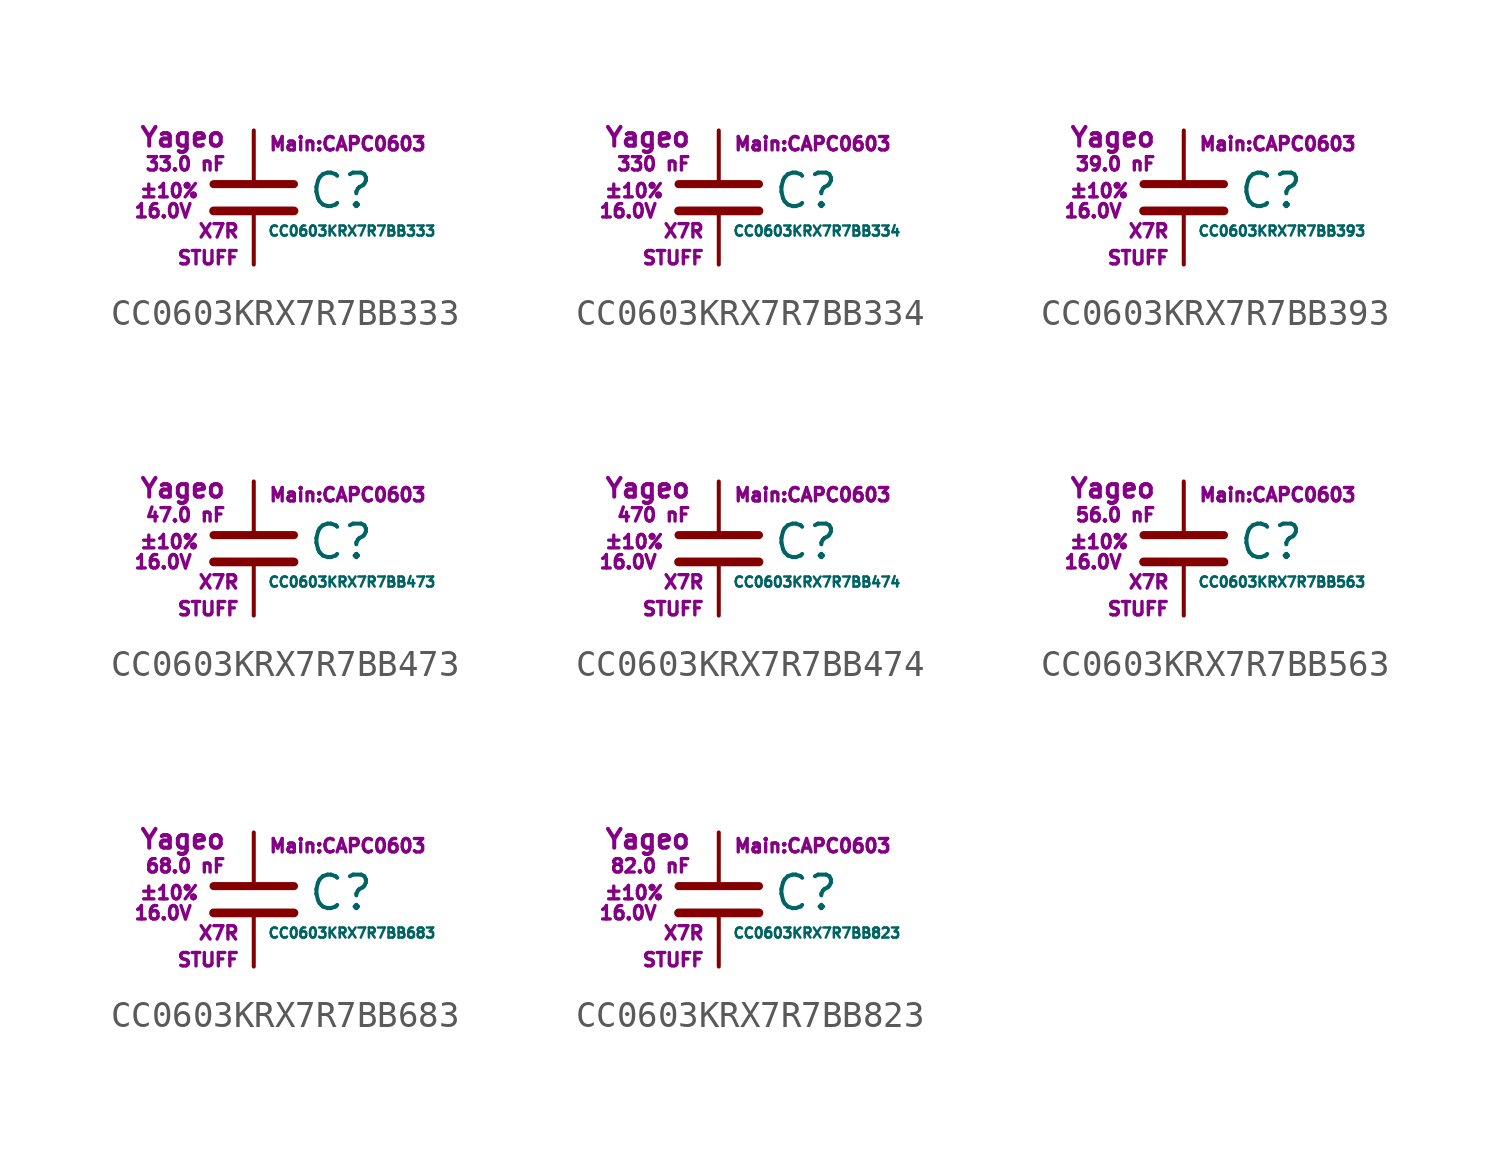
<source format=kicad_sym>
(kicad_symbol_lib
  (version 20211014)
  (generator kicad_symbol_editor)
  (symbol "CC0603KRX7R7BB333"
    (pin_numbers hide)
    (pin_names
      (offset 0.254) hide)
    (property "Reference" "C"
      (at 2.032 0.254 0)
      (effects (font (size 1.27 1.27)) (justify left)))
    (property "Value" "CC0603KRX7R7BB333"
      (at 0.508 -1.27 0)
      (effects (font (size 0.381 0.381)) (justify left)))
    (property "Footprint" "Main:CAPC0603"
      (at 3.556 2.032 0)
      (effects (font (size 0.508 0.508))))
    (property "Datasheet" ""
      (at 0.762 0.508 0)
      (effects (font (size 1.27 1.27))))
    (property "Manufacturer" "Yageo"
      (at -1.016 2.286 0)
      (effects (font (size 0.711 0.711)) (justify right)))
    (property "SKU" "STUFF"
      (at -0.508 -2.286 0)
      (effects (font (size 0.508 0.508)) (justify right)))
    (property "C" "33.0 nF"
      (at -1.016 1.27 0)
      (effects (font (size 0.508 0.508)) (justify right)))
    (property "Tol" "±10%"
      (at -2.032 0.254 0)
      (effects (font (size 0.508 0.508)) (justify right)))
    (property "Vmax" "16.0V"
      (at -2.286 -0.508 0)
      (effects (font (size 0.508 0.508)) (justify right)))
    (property "Type" "X7R"
      (at -0.508 -1.27 0)
      (effects (font (size 0.508 0.508)) (justify right)))
    (symbol "CC0603KRX7R7BB333_0_1"
      (polyline (pts (xy -1.524 -0.508) (xy 1.524 -0.508)) (stroke (width 0.33) (type default) (color 0 0 0 0)) (fill (type none)))
      (polyline (pts (xy -1.524 0.508) (xy 1.524 0.508)) (stroke (width 0.305) (type default) (color 0 0 0 0)) (fill (type none))))
    (symbol "CC0603KRX7R7BB333_1_1"
      (pin passive line (at 0 2.54 270) (length 1.905) (name "~" (effects (font (size 1.016 1.016)))) (number "1" (effects (font (size 1.016 1.016)))))
      (pin passive line (at 0 -2.54 90) (length 2.032) (name "~" (effects (font (size 1.016 1.016)))) (number "2" (effects (font (size 1.016 1.016)))))))
  (symbol "CC0603KRX7R7BB334"
    (pin_numbers hide)
    (pin_names
      (offset 0.254) hide)
    (property "Reference" "C"
      (at 2.032 0.254 0)
      (effects (font (size 1.27 1.27)) (justify left)))
    (property "Value" "CC0603KRX7R7BB334"
      (at 0.508 -1.27 0)
      (effects (font (size 0.381 0.381)) (justify left)))
    (property "Footprint" "Main:CAPC0603"
      (at 3.556 2.032 0)
      (effects (font (size 0.508 0.508))))
    (property "Datasheet" ""
      (at 0.762 0.508 0)
      (effects (font (size 1.27 1.27))))
    (property "Manufacturer" "Yageo"
      (at -1.016 2.286 0)
      (effects (font (size 0.711 0.711)) (justify right)))
    (property "SKU" "STUFF"
      (at -0.508 -2.286 0)
      (effects (font (size 0.508 0.508)) (justify right)))
    (property "C" "330 nF"
      (at -1.016 1.27 0)
      (effects (font (size 0.508 0.508)) (justify right)))
    (property "Tol" "±10%"
      (at -2.032 0.254 0)
      (effects (font (size 0.508 0.508)) (justify right)))
    (property "Vmax" "16.0V"
      (at -2.286 -0.508 0)
      (effects (font (size 0.508 0.508)) (justify right)))
    (property "Type" "X7R"
      (at -0.508 -1.27 0)
      (effects (font (size 0.508 0.508)) (justify right)))
    (symbol "CC0603KRX7R7BB334_0_1"
      (polyline (pts (xy -1.524 -0.508) (xy 1.524 -0.508)) (stroke (width 0.33) (type default) (color 0 0 0 0)) (fill (type none)))
      (polyline (pts (xy -1.524 0.508) (xy 1.524 0.508)) (stroke (width 0.305) (type default) (color 0 0 0 0)) (fill (type none))))
    (symbol "CC0603KRX7R7BB334_1_1"
      (pin passive line (at 0 2.54 270) (length 1.905) (name "~" (effects (font (size 1.016 1.016)))) (number "1" (effects (font (size 1.016 1.016)))))
      (pin passive line (at 0 -2.54 90) (length 2.032) (name "~" (effects (font (size 1.016 1.016)))) (number "2" (effects (font (size 1.016 1.016)))))))
  (symbol "CC0603KRX7R7BB393"
    (pin_numbers hide)
    (pin_names
      (offset 0.254) hide)
    (property "Reference" "C"
      (at 2.032 0.254 0)
      (effects (font (size 1.27 1.27)) (justify left)))
    (property "Value" "CC0603KRX7R7BB393"
      (at 0.508 -1.27 0)
      (effects (font (size 0.381 0.381)) (justify left)))
    (property "Footprint" "Main:CAPC0603"
      (at 3.556 2.032 0)
      (effects (font (size 0.508 0.508))))
    (property "Datasheet" ""
      (at 0.762 0.508 0)
      (effects (font (size 1.27 1.27))))
    (property "Manufacturer" "Yageo"
      (at -1.016 2.286 0)
      (effects (font (size 0.711 0.711)) (justify right)))
    (property "SKU" "STUFF"
      (at -0.508 -2.286 0)
      (effects (font (size 0.508 0.508)) (justify right)))
    (property "C" "39.0 nF"
      (at -1.016 1.27 0)
      (effects (font (size 0.508 0.508)) (justify right)))
    (property "Tol" "±10%"
      (at -2.032 0.254 0)
      (effects (font (size 0.508 0.508)) (justify right)))
    (property "Vmax" "16.0V"
      (at -2.286 -0.508 0)
      (effects (font (size 0.508 0.508)) (justify right)))
    (property "Type" "X7R"
      (at -0.508 -1.27 0)
      (effects (font (size 0.508 0.508)) (justify right)))
    (symbol "CC0603KRX7R7BB393_0_1"
      (polyline (pts (xy -1.524 -0.508) (xy 1.524 -0.508)) (stroke (width 0.33) (type default) (color 0 0 0 0)) (fill (type none)))
      (polyline (pts (xy -1.524 0.508) (xy 1.524 0.508)) (stroke (width 0.305) (type default) (color 0 0 0 0)) (fill (type none))))
    (symbol "CC0603KRX7R7BB393_1_1"
      (pin passive line (at 0 2.54 270) (length 1.905) (name "~" (effects (font (size 1.016 1.016)))) (number "1" (effects (font (size 1.016 1.016)))))
      (pin passive line (at 0 -2.54 90) (length 2.032) (name "~" (effects (font (size 1.016 1.016)))) (number "2" (effects (font (size 1.016 1.016)))))))
  (symbol "CC0603KRX7R7BB473"
    (pin_numbers hide)
    (pin_names
      (offset 0.254) hide)
    (property "Reference" "C"
      (at 2.032 0.254 0)
      (effects (font (size 1.27 1.27)) (justify left)))
    (property "Value" "CC0603KRX7R7BB473"
      (at 0.508 -1.27 0)
      (effects (font (size 0.381 0.381)) (justify left)))
    (property "Footprint" "Main:CAPC0603"
      (at 3.556 2.032 0)
      (effects (font (size 0.508 0.508))))
    (property "Datasheet" ""
      (at 0.762 0.508 0)
      (effects (font (size 1.27 1.27))))
    (property "Manufacturer" "Yageo"
      (at -1.016 2.286 0)
      (effects (font (size 0.711 0.711)) (justify right)))
    (property "SKU" "STUFF"
      (at -0.508 -2.286 0)
      (effects (font (size 0.508 0.508)) (justify right)))
    (property "C" "47.0 nF"
      (at -1.016 1.27 0)
      (effects (font (size 0.508 0.508)) (justify right)))
    (property "Tol" "±10%"
      (at -2.032 0.254 0)
      (effects (font (size 0.508 0.508)) (justify right)))
    (property "Vmax" "16.0V"
      (at -2.286 -0.508 0)
      (effects (font (size 0.508 0.508)) (justify right)))
    (property "Type" "X7R"
      (at -0.508 -1.27 0)
      (effects (font (size 0.508 0.508)) (justify right)))
    (symbol "CC0603KRX7R7BB473_0_1"
      (polyline (pts (xy -1.524 -0.508) (xy 1.524 -0.508)) (stroke (width 0.33) (type default) (color 0 0 0 0)) (fill (type none)))
      (polyline (pts (xy -1.524 0.508) (xy 1.524 0.508)) (stroke (width 0.305) (type default) (color 0 0 0 0)) (fill (type none))))
    (symbol "CC0603KRX7R7BB473_1_1"
      (pin passive line (at 0 2.54 270) (length 1.905) (name "~" (effects (font (size 1.016 1.016)))) (number "1" (effects (font (size 1.016 1.016)))))
      (pin passive line (at 0 -2.54 90) (length 2.032) (name "~" (effects (font (size 1.016 1.016)))) (number "2" (effects (font (size 1.016 1.016)))))))
  (symbol "CC0603KRX7R7BB474"
    (pin_numbers hide)
    (pin_names
      (offset 0.254) hide)
    (property "Reference" "C"
      (at 2.032 0.254 0)
      (effects (font (size 1.27 1.27)) (justify left)))
    (property "Value" "CC0603KRX7R7BB474"
      (at 0.508 -1.27 0)
      (effects (font (size 0.381 0.381)) (justify left)))
    (property "Footprint" "Main:CAPC0603"
      (at 3.556 2.032 0)
      (effects (font (size 0.508 0.508))))
    (property "Datasheet" ""
      (at 0.762 0.508 0)
      (effects (font (size 1.27 1.27))))
    (property "Manufacturer" "Yageo"
      (at -1.016 2.286 0)
      (effects (font (size 0.711 0.711)) (justify right)))
    (property "SKU" "STUFF"
      (at -0.508 -2.286 0)
      (effects (font (size 0.508 0.508)) (justify right)))
    (property "C" "470 nF"
      (at -1.016 1.27 0)
      (effects (font (size 0.508 0.508)) (justify right)))
    (property "Tol" "±10%"
      (at -2.032 0.254 0)
      (effects (font (size 0.508 0.508)) (justify right)))
    (property "Vmax" "16.0V"
      (at -2.286 -0.508 0)
      (effects (font (size 0.508 0.508)) (justify right)))
    (property "Type" "X7R"
      (at -0.508 -1.27 0)
      (effects (font (size 0.508 0.508)) (justify right)))
    (symbol "CC0603KRX7R7BB474_0_1"
      (polyline (pts (xy -1.524 -0.508) (xy 1.524 -0.508)) (stroke (width 0.33) (type default) (color 0 0 0 0)) (fill (type none)))
      (polyline (pts (xy -1.524 0.508) (xy 1.524 0.508)) (stroke (width 0.305) (type default) (color 0 0 0 0)) (fill (type none))))
    (symbol "CC0603KRX7R7BB474_1_1"
      (pin passive line (at 0 2.54 270) (length 1.905) (name "~" (effects (font (size 1.016 1.016)))) (number "1" (effects (font (size 1.016 1.016)))))
      (pin passive line (at 0 -2.54 90) (length 2.032) (name "~" (effects (font (size 1.016 1.016)))) (number "2" (effects (font (size 1.016 1.016)))))))
  (symbol "CC0603KRX7R7BB563"
    (pin_numbers hide)
    (pin_names
      (offset 0.254) hide)
    (property "Reference" "C"
      (at 2.032 0.254 0)
      (effects (font (size 1.27 1.27)) (justify left)))
    (property "Value" "CC0603KRX7R7BB563"
      (at 0.508 -1.27 0)
      (effects (font (size 0.381 0.381)) (justify left)))
    (property "Footprint" "Main:CAPC0603"
      (at 3.556 2.032 0)
      (effects (font (size 0.508 0.508))))
    (property "Datasheet" ""
      (at 0.762 0.508 0)
      (effects (font (size 1.27 1.27))))
    (property "Manufacturer" "Yageo"
      (at -1.016 2.286 0)
      (effects (font (size 0.711 0.711)) (justify right)))
    (property "SKU" "STUFF"
      (at -0.508 -2.286 0)
      (effects (font (size 0.508 0.508)) (justify right)))
    (property "C" "56.0 nF"
      (at -1.016 1.27 0)
      (effects (font (size 0.508 0.508)) (justify right)))
    (property "Tol" "±10%"
      (at -2.032 0.254 0)
      (effects (font (size 0.508 0.508)) (justify right)))
    (property "Vmax" "16.0V"
      (at -2.286 -0.508 0)
      (effects (font (size 0.508 0.508)) (justify right)))
    (property "Type" "X7R"
      (at -0.508 -1.27 0)
      (effects (font (size 0.508 0.508)) (justify right)))
    (symbol "CC0603KRX7R7BB563_0_1"
      (polyline (pts (xy -1.524 -0.508) (xy 1.524 -0.508)) (stroke (width 0.33) (type default) (color 0 0 0 0)) (fill (type none)))
      (polyline (pts (xy -1.524 0.508) (xy 1.524 0.508)) (stroke (width 0.305) (type default) (color 0 0 0 0)) (fill (type none))))
    (symbol "CC0603KRX7R7BB563_1_1"
      (pin passive line (at 0 2.54 270) (length 1.905) (name "~" (effects (font (size 1.016 1.016)))) (number "1" (effects (font (size 1.016 1.016)))))
      (pin passive line (at 0 -2.54 90) (length 2.032) (name "~" (effects (font (size 1.016 1.016)))) (number "2" (effects (font (size 1.016 1.016)))))))
  (symbol "CC0603KRX7R7BB683"
    (pin_numbers hide)
    (pin_names
      (offset 0.254) hide)
    (property "Reference" "C"
      (at 2.032 0.254 0)
      (effects (font (size 1.27 1.27)) (justify left)))
    (property "Value" "CC0603KRX7R7BB683"
      (at 0.508 -1.27 0)
      (effects (font (size 0.381 0.381)) (justify left)))
    (property "Footprint" "Main:CAPC0603"
      (at 3.556 2.032 0)
      (effects (font (size 0.508 0.508))))
    (property "Datasheet" ""
      (at 0.762 0.508 0)
      (effects (font (size 1.27 1.27))))
    (property "Manufacturer" "Yageo"
      (at -1.016 2.286 0)
      (effects (font (size 0.711 0.711)) (justify right)))
    (property "SKU" "STUFF"
      (at -0.508 -2.286 0)
      (effects (font (size 0.508 0.508)) (justify right)))
    (property "C" "68.0 nF"
      (at -1.016 1.27 0)
      (effects (font (size 0.508 0.508)) (justify right)))
    (property "Tol" "±10%"
      (at -2.032 0.254 0)
      (effects (font (size 0.508 0.508)) (justify right)))
    (property "Vmax" "16.0V"
      (at -2.286 -0.508 0)
      (effects (font (size 0.508 0.508)) (justify right)))
    (property "Type" "X7R"
      (at -0.508 -1.27 0)
      (effects (font (size 0.508 0.508)) (justify right)))
    (symbol "CC0603KRX7R7BB683_0_1"
      (polyline (pts (xy -1.524 -0.508) (xy 1.524 -0.508)) (stroke (width 0.33) (type default) (color 0 0 0 0)) (fill (type none)))
      (polyline (pts (xy -1.524 0.508) (xy 1.524 0.508)) (stroke (width 0.305) (type default) (color 0 0 0 0)) (fill (type none))))
    (symbol "CC0603KRX7R7BB683_1_1"
      (pin passive line (at 0 2.54 270) (length 1.905) (name "~" (effects (font (size 1.016 1.016)))) (number "1" (effects (font (size 1.016 1.016)))))
      (pin passive line (at 0 -2.54 90) (length 2.032) (name "~" (effects (font (size 1.016 1.016)))) (number "2" (effects (font (size 1.016 1.016)))))))
  (symbol "CC0603KRX7R7BB823"
    (pin_numbers hide)
    (pin_names
      (offset 0.254) hide)
    (property "Reference" "C"
      (at 2.032 0.254 0)
      (effects (font (size 1.27 1.27)) (justify left)))
    (property "Value" "CC0603KRX7R7BB823"
      (at 0.508 -1.27 0)
      (effects (font (size 0.381 0.381)) (justify left)))
    (property "Footprint" "Main:CAPC0603"
      (at 3.556 2.032 0)
      (effects (font (size 0.508 0.508))))
    (property "Datasheet" ""
      (at 0.762 0.508 0)
      (effects (font (size 1.27 1.27))))
    (property "Manufacturer" "Yageo"
      (at -1.016 2.286 0)
      (effects (font (size 0.711 0.711)) (justify right)))
    (property "SKU" "STUFF"
      (at -0.508 -2.286 0)
      (effects (font (size 0.508 0.508)) (justify right)))
    (property "C" "82.0 nF"
      (at -1.016 1.27 0)
      (effects (font (size 0.508 0.508)) (justify right)))
    (property "Tol" "±10%"
      (at -2.032 0.254 0)
      (effects (font (size 0.508 0.508)) (justify right)))
    (property "Vmax" "16.0V"
      (at -2.286 -0.508 0)
      (effects (font (size 0.508 0.508)) (justify right)))
    (property "Type" "X7R"
      (at -0.508 -1.27 0)
      (effects (font (size 0.508 0.508)) (justify right)))
    (symbol "CC0603KRX7R7BB823_0_1"
      (polyline (pts (xy -1.524 -0.508) (xy 1.524 -0.508)) (stroke (width 0.33) (type default) (color 0 0 0 0)) (fill (type none)))
      (polyline (pts (xy -1.524 0.508) (xy 1.524 0.508)) (stroke (width 0.305) (type default) (color 0 0 0 0)) (fill (type none))))
    (symbol "CC0603KRX7R7BB823_1_1"
      (pin passive line (at 0 2.54 270) (length 1.905) (name "~" (effects (font (size 1.016 1.016)))) (number "1" (effects (font (size 1.016 1.016)))))
      (pin passive line (at 0 -2.54 90) (length 2.032) (name "~" (effects (font (size 1.016 1.016)))) (number "2" (effects (font (size 1.016 1.016))))))))
</source>
